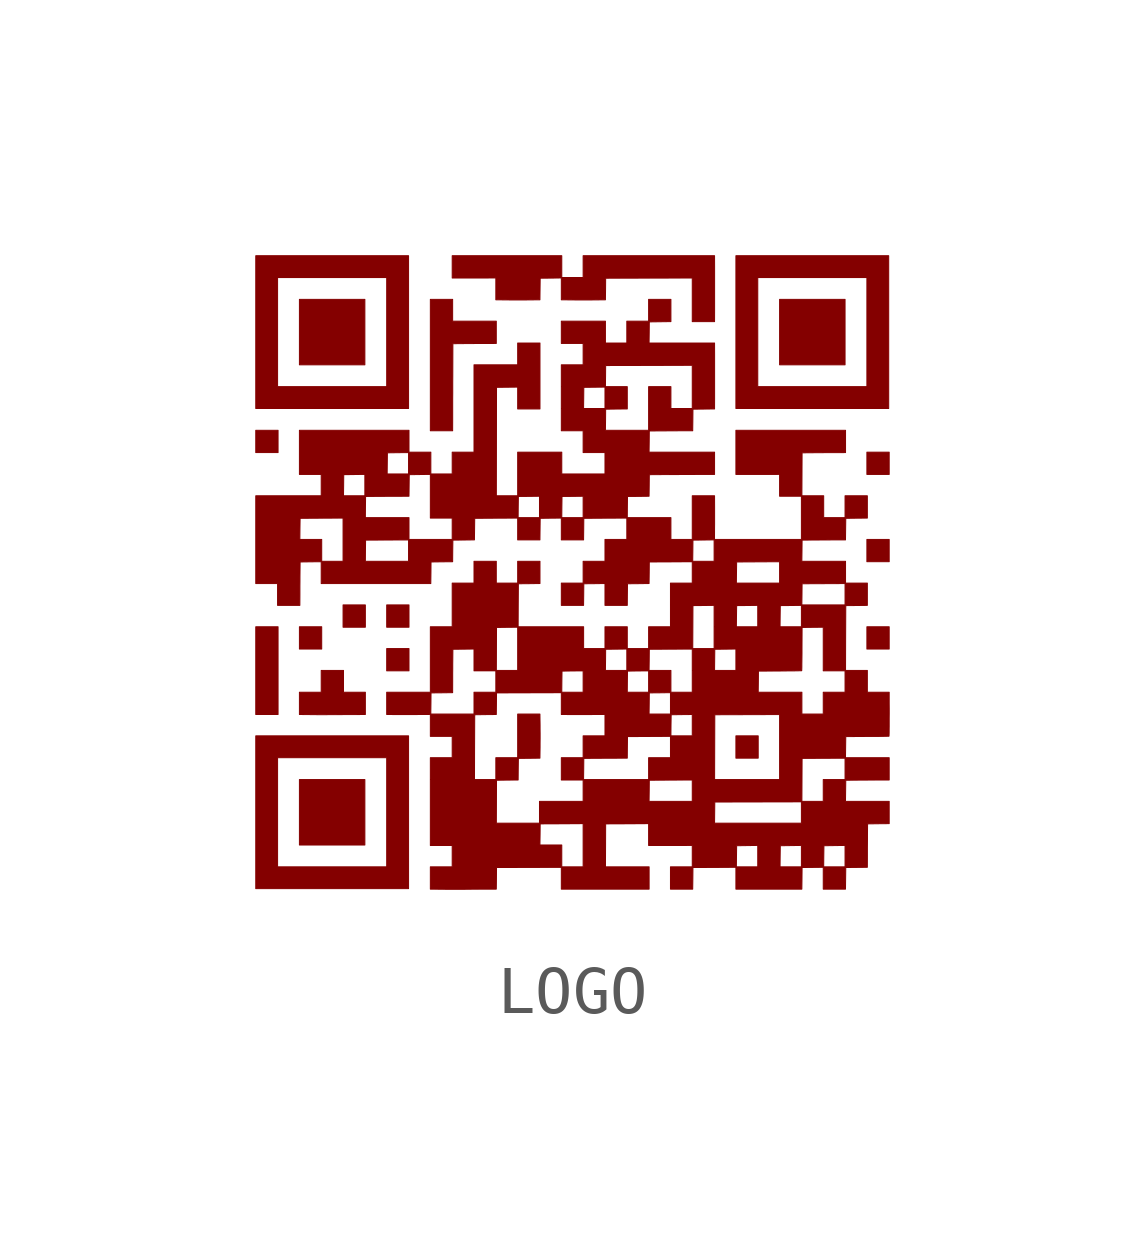
<source format=kicad_sym>
(kicad_symbol_lib
  (version 20210619)
  (generator bitmap2component)
  (symbol "LOGO"
    (pin_names
      (offset 1.016))
    (property "Reference" "#G"
      (at 0 6.866 0)
      (effects (font (size 1.27 1.27)) hide))
    (symbol "LOGO_0_0"
      (polyline (pts (xy -2.342 -6.604) (xy -2.259 -6.604) (xy -2.245 -6.604) (xy -2.16 -6.603) (xy -2.067 -6.602) (xy -1.971 -6.602) (xy -1.88 -6.601) (xy -1.802 -6.601) (xy -1.582 -6.601) (xy -1.579 -6.376) (xy -1.577 -6.151) (xy -0.902 -6.149) (xy -0.227 -6.147) (xy -0.227 -6.601) (xy 0 -6.601) (xy 0.037 -6.601) (xy 0.106 -6.601) (xy 0.281 -6.601) (xy 0.381 -6.601) (xy 0.969 -6.601) (xy 1.069 -6.601) (xy 1.249 -6.601) (xy 1.321 -6.601) (xy 1.378 -6.601) (xy 1.601 -6.601) (xy 1.601 -6.137) (xy 0.692 -6.137) (xy 0.694 -5.689) (xy 0.696 -5.242) (xy 1.144 -5.24) (xy 1.591 -5.237) (xy 1.591 -5.692) (xy 1.821 -5.692) (xy 1.825 -5.692) (xy 1.909 -5.692) (xy 2.003 -5.692) (xy 2.101 -5.692) (xy 2.194 -5.692) (xy 2.275 -5.692) (xy 2.5 -5.691) (xy 2.5 -6.137) (xy 3.418 -6.137) (xy 3.421 -5.917) (xy 3.424 -5.697) (xy 3.644 -5.694) (xy 3.864 -5.691) (xy 3.864 -6.137) (xy 4.328 -6.137) (xy 4.33 -5.917) (xy 4.333 -5.697) (xy 4.553 -5.694) (xy 4.773 -5.691) (xy 4.773 -6.137) (xy 5.237 -6.137) (xy 5.239 -5.917) (xy 5.242 -5.697) (xy 5.462 -5.694) (xy 5.682 -5.691) (xy 5.682 -6.137) (xy 5.237 -6.137) (xy 4.773 -6.137) (xy 4.328 -6.137) (xy 3.864 -6.137) (xy 3.418 -6.137) (xy 2.5 -6.137) (xy 2.046 -6.137) (xy 2.046 -6.601) (xy 2.509 -6.601) (xy 2.512 -6.376) (xy 2.514 -6.151) (xy 2.962 -6.149) (xy 3.409 -6.146) (xy 3.409 -6.601) (xy 3.637 -6.601) (xy 3.648 -6.601) (xy 3.731 -6.601) (xy 3.825 -6.601) (xy 3.923 -6.601) (xy 4.293 -6.601) (xy 4.389 -6.601) (xy 4.481 -6.601) (xy 4.56 -6.601) (xy 4.782 -6.601) (xy 4.785 -6.376) (xy 4.787 -6.151) (xy 5.228 -6.146) (xy 5.228 -6.601) (xy 5.691 -6.601) (xy 5.694 -6.376) (xy 5.697 -6.151) (xy 6.146 -6.146) (xy 6.147 -5.921) (xy 6.147 -5.919) (xy 6.147 -5.837) (xy 6.147 -5.743) (xy 6.148 -5.646) (xy 6.149 -5.552) (xy 6.149 -5.469) (xy 6.151 -5.242) (xy 6.376 -5.239) (xy 6.601 -5.237) (xy 6.601 -4.773) (xy 5.691 -4.773) (xy 5.694 -4.553) (xy 5.697 -4.333) (xy 5.924 -4.331) (xy 5.926 -4.331) (xy 6.009 -4.33) (xy 6.103 -4.33) (xy 6.2 -4.329) (xy 6.294 -4.329) (xy 6.376 -4.328) (xy 6.601 -4.328) (xy 6.601 -3.864) (xy 5.691 -3.864) (xy 5.694 -3.644) (xy 5.697 -3.424) (xy 6.146 -3.421) (xy 6.235 -3.421) (xy 6.32 -3.42) (xy 6.396 -3.42) (xy 6.463 -3.419) (xy 6.519 -3.418) (xy 6.561 -3.417) (xy 6.588 -3.417) (xy 6.597 -3.416) (xy 6.598 -3.407) (xy 6.599 -3.38) (xy 6.6 -3.338) (xy 6.6 -3.281) (xy 6.601 -3.212) (xy 6.601 -3.131) (xy 6.601 -3.041) (xy 6.602 -2.943) (xy 6.602 -2.839) (xy 6.601 -2.73) (xy 6.601 -2.5) (xy 6.146 -2.5) (xy 6.146 -2.046) (xy 5.692 -2.046) (xy 5.694 -1.371) (xy 5.697 -0.696) (xy 5.921 -0.694) (xy 6.146 -0.691) (xy 6.146 -0.227) (xy 5.692 -0.227) (xy 5.692 0.227) (xy 4.782 0.227) (xy 4.785 0.448) (xy 4.787 0.668) (xy 5.015 0.67) (xy 5.017 0.67) (xy 5.1 0.67) (xy 5.194 0.671) (xy 5.291 0.671) (xy 5.385 0.672) (xy 5.467 0.672) (xy 5.691 0.672) (xy 5.694 0.897) (xy 5.697 1.122) (xy 5.921 1.125) (xy 6.146 1.127) (xy 6.146 1.591) (xy 5.682 1.591) (xy 5.682 1.136) (xy 5.237 1.136) (xy 5.237 1.591) (xy 4.783 1.591) (xy 4.787 2.486) (xy 5.015 2.488) (xy 5.017 2.488) (xy 5.1 2.489) (xy 5.194 2.489) (xy 5.291 2.49) (xy 5.385 2.49) (xy 5.467 2.49) (xy 5.692 2.491) (xy 5.692 2.955) (xy 3.409 2.955) (xy 3.409 2.036) (xy 3.639 2.036) (xy 3.644 2.036) (xy 3.727 2.036) (xy 3.822 2.036) (xy 3.919 2.036) (xy 4.012 2.036) (xy 4.094 2.036) (xy 4.319 2.037) (xy 4.319 1.582) (xy 4.773 1.582) (xy 4.773 0.682) (xy 2.963 0.682) (xy 2.964 0.907) (xy 2.964 0.911) (xy 2.965 0.994) (xy 2.965 1.087) (xy 2.965 1.185) (xy 2.965 1.279) (xy 2.965 1.361) (xy 2.964 1.591) (xy 2.5 1.591) (xy 2.5 0.682) (xy 2.055 0.682) (xy 2.055 1.136) (xy 1.146 1.136) (xy 1.148 1.357) (xy 1.151 1.577) (xy 1.375 1.579) (xy 1.6 1.582) (xy 1.603 1.807) (xy 1.605 2.031) (xy 2.06 2.034) (xy 2.119 2.034) (xy 2.223 2.034) (xy 2.326 2.035) (xy 2.427 2.035) (xy 2.522 2.035) (xy 2.608 2.036) (xy 2.682 2.036) (xy 2.739 2.036) (xy 2.964 2.036) (xy 2.964 2.5) (xy 1.6 2.5) (xy 1.603 2.72) (xy 1.605 2.941) (xy 1.833 2.943) (xy 1.835 2.943) (xy 1.918 2.943) (xy 2.012 2.944) (xy 2.109 2.944) (xy 2.203 2.945) (xy 2.285 2.945) (xy 2.509 2.945) (xy 2.512 3.17) (xy 2.514 3.395) (xy 2.964 3.4) (xy 2.965 3.623) (xy 2.965 3.635) (xy 2.965 3.717) (xy 2.965 3.809) (xy 2.965 3.906) (xy 2.965 4.274) (xy 2.965 4.372) (xy 2.965 4.465) (xy 2.965 4.546) (xy 2.964 4.773) (xy 1.6 4.773) (xy 1.603 4.993) (xy 1.605 5.213) (xy 1.83 5.216) (xy 2.055 5.219) (xy 2.055 5.682) (xy 1.591 5.682) (xy 1.591 5.228) (xy 1.137 5.228) (xy 1.137 4.773) (xy 0.691 4.773) (xy 0.691 5.228) (xy -0.227 5.228) (xy -0.227 4.764) (xy 0.227 4.764) (xy 0.227 4.319) (xy -0.227 4.319) (xy -0.227 3.864) (xy 0.691 3.864) (xy 0.694 4.084) (xy 0.696 4.304) (xy 1.598 4.306) (xy 2.5 4.309) (xy 2.5 3.409) (xy 2.055 3.409) (xy 2.055 3.864) (xy 1.591 3.864) (xy 1.591 2.955) (xy 0.691 2.955) (xy 0.694 3.175) (xy 0.696 3.395) (xy 0.921 3.398) (xy 1.146 3.4) (xy 1.146 3.864) (xy 0.691 3.864) (xy -0.227 3.864) (xy -0.227 3.409) (xy 0.236 3.409) (xy 0.239 3.63) (xy 0.241 3.85) (xy 0.682 3.855) (xy 0.682 3.409) (xy 0.236 3.409) (xy -0.227 3.409) (xy -0.227 2.945) (xy 0.227 2.945) (xy 0.227 2.491) (xy 0.682 2.491) (xy 0.682 2.046) (xy -0.218 2.046) (xy -0.218 2.5) (xy -1.136 2.5) (xy -1.136 1.591) (xy -1.581 1.591) (xy -1.577 3.85) (xy -1.136 3.855) (xy -1.136 3.4) (xy -0.672 3.4) (xy -0.672 3.623) (xy -0.672 3.635) (xy -0.672 3.716) (xy -0.672 3.809) (xy -0.672 3.905) (xy -0.672 4.274) (xy -0.672 4.372) (xy -0.672 4.465) (xy -0.672 4.546) (xy -0.672 4.773) (xy -1.136 4.773) (xy -1.136 4.319) (xy -2.046 4.319) (xy -2.046 2.5) (xy -2.5 2.5) (xy -2.5 2.046) (xy -2.945 2.046) (xy -2.945 2.5) (xy -3.4 2.5) (xy -3.4 2.955) (xy -5.682 2.955) (xy -5.682 2.046) (xy -3.855 2.046) (xy -3.85 2.486) (xy -3.63 2.489) (xy -3.409 2.491) (xy -3.409 2.046) (xy -3.855 2.046) (xy -5.682 2.046) (xy -5.682 2.036) (xy -5.228 2.036) (xy -5.228 1.591) (xy -4.764 1.591) (xy -4.761 1.811) (xy -4.759 2.031) (xy -4.539 2.034) (xy -4.319 2.037) (xy -4.319 1.591) (xy -4.764 1.591) (xy -5.228 1.591) (xy -6.591 1.591) (xy -6.591 1.136) (xy -4.309 1.136) (xy -4.307 1.357) (xy -4.304 1.577) (xy -4.077 1.579) (xy -4.075 1.579) (xy -3.992 1.579) (xy -3.898 1.58) (xy -3.8 1.581) (xy -3.707 1.581) (xy -3.625 1.581) (xy -3.4 1.582) (xy -3.395 2.031) (xy -3.175 2.034) (xy -2.955 2.037) (xy -2.955 1.136) (xy -1.127 1.136) (xy -1.125 1.357) (xy -1.122 1.577) (xy -0.902 1.579) (xy -0.682 1.582) (xy -0.682 1.136) (xy -0.218 1.136) (xy -0.216 1.357) (xy -0.213 1.577) (xy 0.007 1.579) (xy 0.227 1.582) (xy 0.227 1.136) (xy -0.218 1.136) (xy -0.682 1.136) (xy -1.127 1.136) (xy -2.955 1.136) (xy -2.955 1.127) (xy -2.5 1.127) (xy -2.5 0.682) (xy -3.4 0.682) (xy -3.4 1.136) (xy -4.309 1.136) (xy -6.591 1.136) (xy -6.591 0.682) (xy -5.673 0.682) (xy -5.671 0.902) (xy -5.668 1.122) (xy -5.221 1.125) (xy -4.773 1.127) (xy -4.773 0.227) (xy -4.309 0.227) (xy -4.307 0.448) (xy -4.304 0.668) (xy -3.857 0.67) (xy -3.409 0.672) (xy -3.409 0.227) (xy -4.309 0.227) (xy -4.773 0.227) (xy -5.218 0.227) (xy -5.218 0.682) (xy -5.673 0.682) (xy -6.591 0.682) (xy -6.591 -0.237) (xy -6.137 -0.237) (xy -6.137 -0.691) (xy -5.673 -0.691) (xy -5.672 -0.466) (xy -5.672 -0.464) (xy -5.672 -0.382) (xy -5.672 -0.288) (xy -5.671 -0.191) (xy -5.671 -0.097) (xy -5.67 -0.014) (xy -5.668 0.213) (xy -5.448 0.216) (xy -5.228 0.218) (xy -5.228 -0.237) (xy -5 -0.237) (xy -4.844 -0.237) (xy -4.758 -0.237) (xy -4.202 -0.237) (xy -4.082 -0.237) (xy -4.014 -0.237) (xy -3.894 -0.237) (xy -3.358 -0.237) (xy -3.28 -0.237) (xy -3.168 -0.237) (xy -2.946 -0.237) (xy -2.943 -0.012) (xy -2.941 0.213) (xy -2.716 0.216) (xy -2.491 0.218) (xy -2.489 0.443) (xy -2.486 0.668) (xy -2.261 0.67) (xy -2.037 0.673) (xy -2.034 0.897) (xy -2.031 1.122) (xy -1.584 1.125) (xy -1.136 1.127) (xy -1.136 0.672) (xy -0.673 0.672) (xy -0.668 1.122) (xy -0.448 1.125) (xy -0.227 1.127) (xy -0.227 0.672) (xy 0.236 0.672) (xy 0.239 0.897) (xy 0.241 1.122) (xy 0.689 1.125) (xy 1.137 1.127) (xy 1.137 0.682) (xy 0.682 0.682) (xy 0.682 0.227) (xy 2.509 0.227) (xy 2.512 0.448) (xy 2.514 0.668) (xy 2.735 0.67) (xy 2.955 0.673) (xy 2.955 0.227) (xy 2.509 0.227) (xy 0.682 0.227) (xy 0.227 0.227) (xy 0.227 -0.227) (xy -0.227 -0.227) (xy -0.227 -0.691) (xy 0.236 -0.691) (xy 0.239 -0.466) (xy 0.241 -0.241) (xy 0.462 -0.239) (xy 0.682 -0.236) (xy 0.682 -0.691) (xy 1.146 -0.691) (xy 1.148 -0.466) (xy 1.151 -0.241) (xy 1.375 -0.239) (xy 1.6 -0.236) (xy 1.603 -0.012) (xy 1.605 0.213) (xy 2.053 0.215) (xy 2.5 0.218) (xy 2.5 -0.227) (xy 3.418 -0.227) (xy 3.421 -0.007) (xy 3.424 0.213) (xy 4.319 0.218) (xy 4.319 -0.227) (xy 3.418 -0.227) (xy 2.5 -0.227) (xy 2.046 -0.227) (xy 2.046 -0.682) (xy 4.782 -0.682) (xy 4.785 -0.462) (xy 4.787 -0.241) (xy 5.235 -0.239) (xy 5.682 -0.237) (xy 5.682 -0.682) (xy 4.782 -0.682) (xy 2.046 -0.682) (xy 2.046 -1.137) (xy 1.591 -1.137) (xy 1.591 -1.591) (xy 2.51 -1.591) (xy 2.512 -1.144) (xy 2.514 -0.696) (xy 2.735 -0.694) (xy 2.955 -0.691) (xy 2.955 -1.137) (xy 3.418 -1.137) (xy 3.421 -0.916) (xy 3.424 -0.696) (xy 3.644 -0.694) (xy 3.864 -0.691) (xy 3.864 -1.137) (xy 4.328 -1.137) (xy 4.33 -0.916) (xy 4.333 -0.696) (xy 4.553 -0.694) (xy 4.773 -0.691) (xy 4.773 -1.137) (xy 4.328 -1.137) (xy 3.864 -1.137) (xy 3.418 -1.137) (xy 2.955 -1.137) (xy 2.955 -1.591) (xy 2.51 -1.591) (xy 1.591 -1.591) (xy 1.146 -1.591) (xy 1.146 -1.137) (xy 0.682 -1.137) (xy 0.682 -1.591) (xy 0.237 -1.591) (xy 0.237 -1.137) (xy -1.127 -1.137) (xy -1.125 -0.689) (xy -1.122 -0.241) (xy -0.897 -0.239) (xy -0.672 -0.236) (xy -0.672 0.227) (xy -1.136 0.227) (xy -1.136 -0.227) (xy -1.582 -0.227) (xy -1.582 0.227) (xy -2.046 0.227) (xy -2.046 -0.227) (xy -2.5 -0.227) (xy -2.5 -1.137) (xy -2.955 -1.137) (xy -2.955 -2.5) (xy -3.864 -2.5) (xy -3.864 -2.955) (xy -2.946 -2.955) (xy -2.943 -2.735) (xy -2.941 -2.514) (xy -2.716 -2.512) (xy -2.491 -2.509) (xy -2.49 -2.285) (xy -2.49 -2.283) (xy -2.49 -2.2) (xy -2.49 -2.107) (xy -2.489 -2.009) (xy -2.489 -1.915) (xy -2.488 -1.833) (xy -2.486 -1.605) (xy -2.266 -1.603) (xy -2.046 -1.6) (xy -2.046 -2.046) (xy -1.581 -2.046) (xy -1.577 -1.151) (xy -1.357 -1.148) (xy -1.136 -1.146) (xy -1.136 -2.046) (xy 0.691 -2.046) (xy 0.694 -1.825) (xy 0.696 -1.605) (xy 0.916 -1.603) (xy 1.137 -1.6) (xy 1.137 -2.046) (xy 1.6 -2.046) (xy 1.603 -1.825) (xy 1.605 -1.605) (xy 2.053 -1.603) (xy 2.5 -1.601) (xy 2.5 -2.046) (xy 2.964 -2.046) (xy 2.969 -1.605) (xy 3.189 -1.603) (xy 3.409 -1.6) (xy 3.409 -2.046) (xy 2.964 -2.046) (xy 2.5 -2.046) (xy 2.5 -2.5) (xy 3.873 -2.5) (xy 3.876 -2.28) (xy 3.878 -2.06) (xy 4.327 -2.058) (xy 4.417 -2.057) (xy 4.501 -2.056) (xy 4.578 -2.056) (xy 4.645 -2.055) (xy 4.701 -2.054) (xy 4.743 -2.053) (xy 4.77 -2.053) (xy 4.779 -2.052) (xy 4.78 -2.042) (xy 4.781 -2.015) (xy 4.782 -1.973) (xy 4.782 -1.918) (xy 4.783 -1.851) (xy 4.784 -1.774) (xy 4.785 -1.69) (xy 4.785 -1.6) (xy 4.787 -1.151) (xy 5.008 -1.148) (xy 5.228 -1.146) (xy 5.228 -2.055) (xy 5.682 -2.055) (xy 5.682 -2.5) (xy 5.228 -2.5) (xy 5.228 -2.955) (xy 4.783 -2.955) (xy 4.783 -2.5) (xy 3.873 -2.5) (xy 2.5 -2.5) (xy 2.055 -2.5) (xy 2.055 -2.046) (xy 1.6 -2.046) (xy 1.137 -2.046) (xy 0.691 -2.046) (xy -1.136 -2.046) (xy -1.581 -2.046) (xy -2.046 -2.046) (xy -2.046 -2.055) (xy -1.591 -2.055) (xy -1.591 -2.5) (xy -0.218 -2.5) (xy -0.216 -2.28) (xy -0.213 -2.06) (xy 0.007 -2.057) (xy 0.227 -2.055) (xy 0.227 -2.5) (xy 1.146 -2.5) (xy 1.148 -2.28) (xy 1.151 -2.06) (xy 1.371 -2.057) (xy 1.591 -2.055) (xy 1.591 -2.5) (xy 1.146 -2.5) (xy 0.227 -2.5) (xy -0.218 -2.5) (xy -1.591 -2.5) (xy -2.046 -2.5) (xy -2.046 -2.955) (xy -2.946 -2.955) (xy -3.864 -2.955) (xy -3.864 -2.964) (xy -3.634 -2.965) (xy -3.63 -2.965) (xy -3.546 -2.965) (xy -3.452 -2.965) (xy -3.354 -2.965) (xy -3.261 -2.965) (xy -3.18 -2.964) (xy -2.955 -2.963) (xy -2.955 -3.419) (xy -2.5 -3.419) (xy -2.5 -3.864) (xy -2.955 -3.864) (xy -2.955 -4.319) (xy -2.036 -4.319) (xy -2.034 -3.644) (xy -2.031 -2.969) (xy -1.807 -2.966) (xy -1.582 -2.964) (xy -1.579 -2.739) (xy -1.577 -2.514) (xy -0.902 -2.512) (xy -0.227 -2.51) (xy -0.227 -2.955) (xy 1.6 -2.955) (xy 1.603 -2.735) (xy 1.605 -2.514) (xy 1.825 -2.512) (xy 2.046 -2.509) (xy 2.046 -2.955) (xy 1.6 -2.955) (xy -0.227 -2.955) (xy -0.227 -2.964) (xy 0.002 -2.965) (xy 0.007 -2.965) (xy 0.091 -2.965) (xy 0.185 -2.965) (xy 0.282 -2.965) (xy 0.375 -2.965) (xy 0.457 -2.964) (xy 0.682 -2.963) (xy 0.682 -3.409) (xy 2.055 -3.409) (xy 2.057 -3.189) (xy 2.06 -2.969) (xy 2.28 -2.966) (xy 2.5 -2.964) (xy 2.5 -3.409) (xy 2.055 -3.409) (xy 0.682 -3.409) (xy 0.227 -3.409) (xy 0.227 -3.864) (xy -0.227 -3.864) (xy -0.227 -4.319) (xy 0.236 -4.319) (xy 0.239 -4.098) (xy 0.241 -3.878) (xy 0.469 -3.876) (xy 0.471 -3.876) (xy 0.554 -3.876) (xy 0.648 -3.875) (xy 0.745 -3.874) (xy 0.839 -3.874) (xy 0.921 -3.874) (xy 1.146 -3.873) (xy 1.148 -3.648) (xy 1.151 -3.424) (xy 2.046 -3.419) (xy 2.046 -3.864) (xy 1.591 -3.864) (xy 1.591 -4.319) (xy 2.965 -4.319) (xy 2.969 -2.969) (xy 4.319 -2.965) (xy 4.319 -4.319) (xy 2.965 -4.319) (xy 1.591 -4.319) (xy 0.236 -4.319) (xy -0.227 -4.319) (xy -0.227 -4.328) (xy 0.227 -4.328) (xy 0.227 -4.773) (xy 1.6 -4.773) (xy 1.603 -4.553) (xy 1.605 -4.333) (xy 2.053 -4.33) (xy 2.5 -4.328) (xy 2.5 -4.773) (xy 4.783 -4.773) (xy 4.787 -3.878) (xy 5.235 -3.876) (xy 5.682 -3.874) (xy 5.682 -4.319) (xy 5.228 -4.319) (xy 5.228 -4.773) (xy 4.783 -4.773) (xy 2.5 -4.773) (xy 1.6 -4.773) (xy 0.227 -4.773) (xy -0.682 -4.773) (xy -0.682 -5.228) (xy 2.964 -5.228) (xy 2.969 -4.787) (xy 4.773 -4.783) (xy 4.773 -5.228) (xy 2.964 -5.228) (xy -0.682 -5.228) (xy -1.581 -5.228) (xy -1.577 -4.333) (xy -1.352 -4.33) (xy -1.127 -4.328) (xy -1.125 -4.103) (xy -1.122 -3.878) (xy -0.898 -3.876) (xy -0.673 -3.873) (xy -0.67 -3.644) (xy -0.67 -3.64) (xy -0.67 -3.556) (xy -0.669 -3.461) (xy -0.669 -3.362) (xy -0.67 -3.268) (xy -0.67 -3.184) (xy -0.673 -2.955) (xy -1.136 -2.955) (xy -1.136 -3.864) (xy -1.591 -3.864) (xy -1.591 -4.319) (xy -2.036 -4.319) (xy -2.955 -4.319) (xy -2.955 -5.682) (xy -0.673 -5.682) (xy -0.67 -5.462) (xy -0.668 -5.242) (xy -0.22 -5.24) (xy 0.227 -5.237) (xy 0.227 -6.137) (xy -0.218 -6.137) (xy -0.218 -5.682) (xy -0.673 -5.682) (xy -2.955 -5.682) (xy -2.955 -5.692) (xy -2.5 -5.692) (xy -2.5 -6.137) (xy -2.955 -6.137) (xy -2.955 -6.601) (xy -2.725 -6.603) (xy -2.714 -6.603) (xy -2.63 -6.604) (xy -2.535 -6.604) (xy -2.437 -6.604) (xy -2.342 -6.604)) (stroke (width 0.01)) (fill (type outline)))
      (polyline (pts (xy -3.409 -3.409) (xy -6.591 -3.409) (xy -6.591 -3.864) (xy -6.137 -3.864) (xy -3.864 -3.864) (xy -3.864 -6.137) (xy -6.137 -6.137) (xy -6.137 -3.864) (xy -6.591 -3.864) (xy -6.591 -6.591) (xy -3.409 -6.591) (xy -3.409 -3.409)) (stroke (width 0.01)) (fill (type outline)))
      (polyline (pts (xy -5.07 -2.967) (xy -4.986 -2.967) (xy -4.973 -2.967) (xy -4.888 -2.966) (xy -4.794 -2.966) (xy -4.698 -2.965) (xy -4.608 -2.965) (xy -4.529 -2.965) (xy -4.309 -2.964) (xy -4.309 -2.5) (xy -4.764 -2.5) (xy -4.764 -2.046) (xy -5.228 -2.046) (xy -5.228 -2.5) (xy -5.682 -2.5) (xy -5.682 -2.964) (xy -5.453 -2.966) (xy -5.442 -2.967) (xy -5.358 -2.967) (xy -5.263 -2.968) (xy -5.165 -2.968) (xy -5.07 -2.967)) (stroke (width 0.01)) (fill (type outline)))
      (polyline (pts (xy -6.127 -2.742) (xy -6.127 -2.705) (xy -6.127 -2.637) (xy -6.127 -2.364) (xy -6.127 -2.261) (xy -6.127 -1.778) (xy -6.127 -1.677) (xy -6.127 -1.495) (xy -6.127 -1.422) (xy -6.127 -1.364) (xy -6.127 -1.137) (xy -6.591 -1.137) (xy -6.591 -2.964) (xy -6.127 -2.964) (xy -6.127 -2.742)) (stroke (width 0.01)) (fill (type outline)))
      (polyline (pts (xy -3.4 -1.591) (xy -3.864 -1.591) (xy -3.864 -2.055) (xy -3.4 -2.055) (xy -3.4 -1.591)) (stroke (width 0.01)) (fill (type outline)))
      (polyline (pts (xy -5.218 -1.137) (xy -5.682 -1.137) (xy -5.682 -1.601) (xy -5.218 -1.601) (xy -5.218 -1.137)) (stroke (width 0.01)) (fill (type outline)))
      (polyline (pts (xy 6.601 -1.137) (xy 6.137 -1.137) (xy 6.137 -1.601) (xy 6.601 -1.601) (xy 6.601 -1.137)) (stroke (width 0.01)) (fill (type outline)))
      (polyline (pts (xy -4.309 -0.682) (xy -4.773 -0.682) (xy -4.773 -1.146) (xy -4.309 -1.146) (xy -4.309 -0.682)) (stroke (width 0.01)) (fill (type outline)))
      (polyline (pts (xy -3.4 -0.682) (xy -3.864 -0.682) (xy -3.864 -1.146) (xy -3.4 -1.146) (xy -3.4 -0.682)) (stroke (width 0.01)) (fill (type outline)))
      (polyline (pts (xy 6.601 0.682) (xy 6.137 0.682) (xy 6.137 0.218) (xy 6.601 0.218) (xy 6.601 0.682)) (stroke (width 0.01)) (fill (type outline)))
      (polyline (pts (xy 6.601 2.5) (xy 6.137 2.5) (xy 6.137 2.036) (xy 6.601 2.036) (xy 6.601 2.5)) (stroke (width 0.01)) (fill (type outline)))
      (polyline (pts (xy -6.127 2.955) (xy -6.591 2.955) (xy -6.591 2.491) (xy -6.127 2.491) (xy -6.127 2.955)) (stroke (width 0.01)) (fill (type outline)))
      (polyline (pts (xy -2.49 3.17) (xy -2.49 3.192) (xy -2.49 3.248) (xy -2.49 3.321) (xy -2.49 3.406) (xy -2.49 3.503) (xy -2.49 3.609) (xy -2.489 3.721) (xy -2.489 3.838) (xy -2.489 3.958) (xy -2.488 4.077) (xy -2.486 4.759) (xy -2.259 4.761) (xy -2.257 4.761) (xy -2.174 4.762) (xy -2.079 4.762) (xy -1.982 4.763) (xy -1.889 4.763) (xy -1.806 4.763) (xy -1.582 4.764) (xy -1.582 5.228) (xy -2.491 5.228) (xy -2.491 5.682) (xy -2.955 5.682) (xy -2.955 2.945) (xy -2.491 2.945) (xy -2.49 3.17)) (stroke (width 0.01)) (fill (type outline)))
      (polyline (pts (xy -3.409 6.591) (xy -6.591 6.591) (xy -6.591 6.137) (xy -6.137 6.137) (xy -3.864 6.137) (xy -3.864 3.864) (xy -6.137 3.864) (xy -6.137 6.137) (xy -6.591 6.137) (xy -6.591 3.409) (xy -3.409 3.409) (xy -3.409 6.591)) (stroke (width 0.01)) (fill (type outline)))
      (polyline (pts (xy 6.591 6.591) (xy 3.409 6.591) (xy 3.409 6.137) (xy 3.864 6.137) (xy 6.137 6.137) (xy 6.137 3.864) (xy 3.864 3.864) (xy 3.864 6.137) (xy 3.409 6.137) (xy 3.409 3.409) (xy 6.591 3.409) (xy 6.591 6.591)) (stroke (width 0.01)) (fill (type outline)))
      (polyline (pts (xy 2.965 5.441) (xy 2.965 5.453) (xy 2.965 5.535) (xy 2.965 5.627) (xy 2.965 5.724) (xy 2.965 6.093) (xy 2.965 6.19) (xy 2.965 6.283) (xy 2.965 6.364) (xy 2.964 6.591) (xy 0.227 6.591) (xy 0.227 6.137) (xy -0.218 6.137) (xy -0.218 6.591) (xy -2.5 6.591) (xy -2.5 6.127) (xy -2.271 6.127) (xy -2.266 6.127) (xy -2.088 6.127) (xy -1.991 6.127) (xy -1.897 6.127) (xy -1.816 6.127) (xy -1.591 6.128) (xy -1.591 5.673) (xy -1.361 5.671) (xy -1.358 5.671) (xy -1.274 5.67) (xy -1.179 5.67) (xy -1.08 5.67) (xy -0.986 5.67) (xy -0.902 5.671) (xy -0.673 5.673) (xy -0.668 6.123) (xy -0.448 6.125) (xy -0.227 6.128) (xy -0.227 5.673) (xy 0.002 5.671) (xy 0.006 5.671) (xy 0.09 5.67) (xy 0.185 5.67) (xy 0.284 5.67) (xy 0.378 5.67) (xy 0.462 5.671) (xy 0.691 5.673) (xy 0.694 5.898) (xy 0.696 6.123) (xy 1.598 6.125) (xy 2.5 6.127) (xy 2.5 5.218) (xy 2.964 5.218) (xy 2.965 5.441)) (stroke (width 0.01)) (fill (type outline)))
      (polyline (pts (xy 3.873 -3.409) (xy 3.409 -3.409) (xy 3.409 -3.873) (xy 3.873 -3.873) (xy 3.873 -3.409)) (stroke (width 0.01)) (fill (type outline)))
      (polyline (pts (xy -4.319 -4.319) (xy -5.682 -4.319) (xy -5.682 -5.682) (xy -4.319 -5.682) (xy -4.319 -4.319)) (stroke (width 0.01)) (fill (type outline)))
      (polyline (pts (xy -4.319 5.682) (xy -5.682 5.682) (xy -5.682 4.319) (xy -4.319 4.319) (xy -4.319 5.682)) (stroke (width 0.01)) (fill (type outline)))
      (polyline (pts (xy 5.682 5.682) (xy 4.319 5.682) (xy 4.319 4.319) (xy 5.682 4.319) (xy 5.682 5.682)) (stroke (width 0.01)) (fill (type outline))))))
</source>
